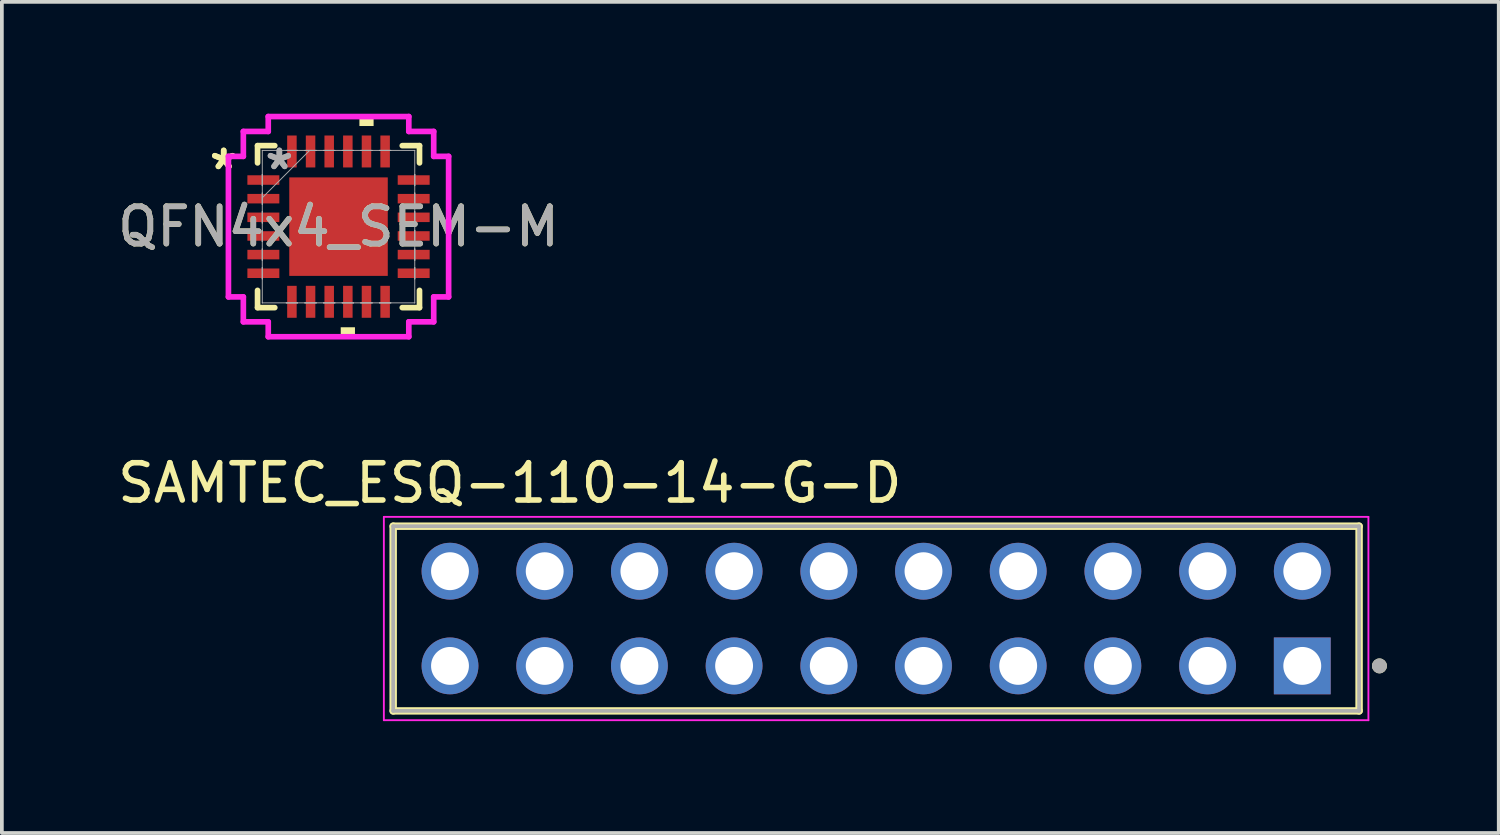
<source format=kicad_pcb>
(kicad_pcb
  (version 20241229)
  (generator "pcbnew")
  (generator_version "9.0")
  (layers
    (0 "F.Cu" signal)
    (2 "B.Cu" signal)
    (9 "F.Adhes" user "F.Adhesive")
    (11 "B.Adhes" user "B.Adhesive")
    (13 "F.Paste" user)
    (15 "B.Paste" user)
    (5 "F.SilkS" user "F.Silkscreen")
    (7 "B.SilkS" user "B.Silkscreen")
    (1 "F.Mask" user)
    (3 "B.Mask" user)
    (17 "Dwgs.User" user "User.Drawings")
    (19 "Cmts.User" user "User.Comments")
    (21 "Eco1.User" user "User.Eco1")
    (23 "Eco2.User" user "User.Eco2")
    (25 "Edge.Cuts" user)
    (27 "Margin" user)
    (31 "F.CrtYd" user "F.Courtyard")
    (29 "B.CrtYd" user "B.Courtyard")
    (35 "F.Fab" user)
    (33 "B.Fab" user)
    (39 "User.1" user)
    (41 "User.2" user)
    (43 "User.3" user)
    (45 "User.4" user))
  (footprint "SAMTEC_ESQ-110-14-G-D"
    (layer "F.Cu")
    (at 20.45 13.541)
    (property "Reference" "SAMTEC_ESQ-110-14-G-D" (at -9.825 -3.635 0) (layer "F.SilkS") (effects (font (size 1 1) (thickness 0.15))))
    (attr through_hole)
    (fp_line (start -12.954 -2.477) (end 12.954 -2.477) (stroke (width 0.2) (type solid)) (layer "F.SilkS"))
    (fp_line (start -12.954 2.477) (end -12.954 -2.477) (stroke (width 0.2) (type solid)) (layer "F.SilkS"))
    (fp_line (start 12.954 -2.477) (end 12.954 2.477) (stroke (width 0.2) (type solid)) (layer "F.SilkS"))
    (fp_line (start 12.954 2.477) (end -12.954 2.477) (stroke (width 0.2) (type solid)) (layer "F.SilkS"))
    (fp_circle (center 13.5 1.27) (end 13.6 1.27) (stroke (width 0.2) (type solid)) (fill no) (layer "F.SilkS"))
    (fp_line (start -13.204 -2.727) (end -13.204 2.727) (stroke (width 0.05) (type solid)) (layer "F.CrtYd"))
    (fp_line (start -13.204 2.727) (end 13.204 2.727) (stroke (width 0.05) (type solid)) (layer "F.CrtYd"))
    (fp_line (start 13.204 -2.727) (end -13.204 -2.727) (stroke (width 0.05) (type solid)) (layer "F.CrtYd"))
    (fp_line (start 13.204 2.727) (end 13.204 -2.727) (stroke (width 0.05) (type solid)) (layer "F.CrtYd"))
    (fp_line (start -12.954 -2.477) (end 12.954 -2.477) (stroke (width 0.1) (type solid)) (layer "F.Fab"))
    (fp_line (start -12.954 2.477) (end -12.954 -2.477) (stroke (width 0.1) (type solid)) (layer "F.Fab"))
    (fp_line (start 12.954 -2.477) (end 12.954 2.477) (stroke (width 0.1) (type solid)) (layer "F.Fab"))
    (fp_line (start 12.954 2.477) (end -12.954 2.477) (stroke (width 0.1) (type solid)) (layer "F.Fab"))
    (fp_circle (center 13.5 1.27) (end 13.6 1.27) (stroke (width 0.2) (type solid)) (fill no) (layer "F.Fab"))
    (pad "01" thru_hole rect (at 11.43 1.27) (size 1.524 1.524) (drill 1.016) (layers "*.Cu" "*.Mask"))
    (pad "02" thru_hole circle (at 11.43 -1.27) (size 1.524 1.524) (drill 1.016) (layers "*.Cu" "*.Mask"))
    (pad "03" thru_hole circle (at 8.89 1.27) (size 1.524 1.524) (drill 1.016) (layers "*.Cu" "*.Mask"))
    (pad "04" thru_hole circle (at 8.89 -1.27) (size 1.524 1.524) (drill 1.016) (layers "*.Cu" "*.Mask"))
    (pad "05" thru_hole circle (at 6.35 1.27) (size 1.524 1.524) (drill 1.016) (layers "*.Cu" "*.Mask"))
    (pad "06" thru_hole circle (at 6.35 -1.27) (size 1.524 1.524) (drill 1.016) (layers "*.Cu" "*.Mask"))
    (pad "07" thru_hole circle (at 3.81 1.27) (size 1.524 1.524) (drill 1.016) (layers "*.Cu" "*.Mask"))
    (pad "08" thru_hole circle (at 3.81 -1.27) (size 1.524 1.524) (drill 1.016) (layers "*.Cu" "*.Mask"))
    (pad "09" thru_hole circle (at 1.27 1.27) (size 1.524 1.524) (drill 1.016) (layers "*.Cu" "*.Mask"))
    (pad "10" thru_hole circle (at 1.27 -1.27) (size 1.524 1.524) (drill 1.016) (layers "*.Cu" "*.Mask"))
    (pad "11" thru_hole circle (at -1.27 1.27) (size 1.524 1.524) (drill 1.016) (layers "*.Cu" "*.Mask"))
    (pad "12" thru_hole circle (at -1.27 -1.27) (size 1.524 1.524) (drill 1.016) (layers "*.Cu" "*.Mask"))
    (pad "13" thru_hole circle (at -3.81 1.27) (size 1.524 1.524) (drill 1.016) (layers "*.Cu" "*.Mask"))
    (pad "14" thru_hole circle (at -3.81 -1.27) (size 1.524 1.524) (drill 1.016) (layers "*.Cu" "*.Mask"))
    (pad "15" thru_hole circle (at -6.35 1.27) (size 1.524 1.524) (drill 1.016) (layers "*.Cu" "*.Mask"))
    (pad "16" thru_hole circle (at -6.35 -1.27) (size 1.524 1.524) (drill 1.016) (layers "*.Cu" "*.Mask"))
    (pad "17" thru_hole circle (at -8.89 1.27) (size 1.524 1.524) (drill 1.016) (layers "*.Cu" "*.Mask"))
    (pad "18" thru_hole circle (at -8.89 -1.27) (size 1.524 1.524) (drill 1.016) (layers "*.Cu" "*.Mask"))
    (pad "19" thru_hole circle (at -11.43 1.27) (size 1.524 1.524) (drill 1.016) (layers "*.Cu" "*.Mask"))
    (pad "20" thru_hole circle (at -11.43 -1.27) (size 1.524 1.524) (drill 1.016) (layers "*.Cu" "*.Mask")))
  (footprint "QFN4x4_SEM-M"
    (layer "F.Cu")
    (at 6.03 3.029)
    (property "Reference" "QFN4x4_SEM-M" (at 0 0 0) (unlocked yes) (layer "F.SilkS") (effects (font (size 1 1) (thickness 0.15))))
    (attr smd)
    (fp_line (start -2.172 -2.172) (end -2.172 -1.71) (stroke (width 0.152) (type solid)) (layer "F.SilkS"))
    (fp_line (start -2.172 1.71) (end -2.172 2.172) (stroke (width 0.152) (type solid)) (layer "F.SilkS"))
    (fp_line (start -2.172 2.172) (end -1.71 2.172) (stroke (width 0.152) (type solid)) (layer "F.SilkS"))
    (fp_line (start -1.71 -2.172) (end -2.172 -2.172) (stroke (width 0.152) (type solid)) (layer "F.SilkS"))
    (fp_line (start 1.71 2.172) (end 2.172 2.172) (stroke (width 0.152) (type solid)) (layer "F.SilkS"))
    (fp_line (start 2.172 -2.172) (end 1.71 -2.172) (stroke (width 0.152) (type solid)) (layer "F.SilkS"))
    (fp_line (start 2.172 -1.71) (end 2.172 -2.172) (stroke (width 0.152) (type solid)) (layer "F.SilkS"))
    (fp_line (start 2.172 2.172) (end 2.172 1.71) (stroke (width 0.152) (type solid)) (layer "F.SilkS"))
    (fp_poly (pts (xy 0.059 2.699) (xy 0.059 2.953) (xy 0.441 2.953) (xy 0.441 2.699)) (stroke (width 0) (type solid)) (fill yes) (layer "F.SilkS"))
    (fp_poly (pts (xy 0.56 -2.699) (xy 0.56 -2.953) (xy 0.941 -2.953) (xy 0.941 -2.699)) (stroke (width 0) (type solid)) (fill yes) (layer "F.SilkS"))
    (fp_poly (pts (xy -1.221 -1.221) (xy -1.221 -0.1) (xy -0.1 -0.1) (xy -0.1 -1.221)) (stroke (width 0) (type solid)) (fill yes) (layer "F.Paste"))
    (fp_poly (pts (xy -1.221 0.1) (xy -1.221 1.221) (xy -0.1 1.221) (xy -0.1 0.1)) (stroke (width 0) (type solid)) (fill yes) (layer "F.Paste"))
    (fp_poly (pts (xy 0.1 -1.221) (xy 0.1 -0.1) (xy 1.221 -0.1) (xy 1.221 -1.221)) (stroke (width 0) (type solid)) (fill yes) (layer "F.Paste"))
    (fp_poly (pts (xy 0.1 0.1) (xy 0.1 1.221) (xy 1.221 1.221) (xy 1.221 0.1)) (stroke (width 0) (type solid)) (fill yes) (layer "F.Paste"))
    (fp_line (start -2.953 -1.885) (end -2.553 -1.885) (stroke (width 0.152) (type solid)) (layer "F.CrtYd"))
    (fp_line (start -2.953 1.885) (end -2.953 -1.885) (stroke (width 0.152) (type solid)) (layer "F.CrtYd"))
    (fp_line (start -2.553 -2.553) (end -1.885 -2.553) (stroke (width 0.152) (type solid)) (layer "F.CrtYd"))
    (fp_line (start -2.553 -1.885) (end -2.553 -2.553) (stroke (width 0.152) (type solid)) (layer "F.CrtYd"))
    (fp_line (start -2.553 1.885) (end -2.953 1.885) (stroke (width 0.152) (type solid)) (layer "F.CrtYd"))
    (fp_line (start -2.553 2.553) (end -2.553 1.885) (stroke (width 0.152) (type solid)) (layer "F.CrtYd"))
    (fp_line (start -1.885 -2.953) (end 1.885 -2.953) (stroke (width 0.152) (type solid)) (layer "F.CrtYd"))
    (fp_line (start -1.885 -2.553) (end -1.885 -2.953) (stroke (width 0.152) (type solid)) (layer "F.CrtYd"))
    (fp_line (start -1.885 2.553) (end -2.553 2.553) (stroke (width 0.152) (type solid)) (layer "F.CrtYd"))
    (fp_line (start -1.885 2.953) (end -1.885 2.553) (stroke (width 0.152) (type solid)) (layer "F.CrtYd"))
    (fp_line (start 1.885 -2.953) (end 1.885 -2.553) (stroke (width 0.152) (type solid)) (layer "F.CrtYd"))
    (fp_line (start 1.885 -2.553) (end 2.553 -2.553) (stroke (width 0.152) (type solid)) (layer "F.CrtYd"))
    (fp_line (start 1.885 2.553) (end 1.885 2.953) (stroke (width 0.152) (type solid)) (layer "F.CrtYd"))
    (fp_line (start 1.885 2.953) (end -1.885 2.953) (stroke (width 0.152) (type solid)) (layer "F.CrtYd"))
    (fp_line (start 2.553 -2.553) (end 2.553 -1.885) (stroke (width 0.152) (type solid)) (layer "F.CrtYd"))
    (fp_line (start 2.553 -1.885) (end 2.953 -1.885) (stroke (width 0.152) (type solid)) (layer "F.CrtYd"))
    (fp_line (start 2.553 1.885) (end 2.553 2.553) (stroke (width 0.152) (type solid)) (layer "F.CrtYd"))
    (fp_line (start 2.553 2.553) (end 1.885 2.553) (stroke (width 0.152) (type solid)) (layer "F.CrtYd"))
    (fp_line (start 2.953 -1.885) (end 2.953 1.885) (stroke (width 0.152) (type solid)) (layer "F.CrtYd"))
    (fp_line (start 2.953 1.885) (end 2.553 1.885) (stroke (width 0.152) (type solid)) (layer "F.CrtYd"))
    (fp_line (start -2.045 -2.045) (end -2.045 -2.045) (stroke (width 0.025) (type solid)) (layer "F.Fab"))
    (fp_line (start -2.045 -2.045) (end -2.045 2.045) (stroke (width 0.025) (type solid)) (layer "F.Fab"))
    (fp_line (start -2.045 -1.402) (end -2.045 -1.402) (stroke (width 0.025) (type solid)) (layer "F.Fab"))
    (fp_line (start -2.045 -1.402) (end -2.045 -1.098) (stroke (width 0.025) (type solid)) (layer "F.Fab"))
    (fp_line (start -2.045 -1.098) (end -2.045 -1.402) (stroke (width 0.025) (type solid)) (layer "F.Fab"))
    (fp_line (start -2.045 -1.098) (end -2.045 -1.098) (stroke (width 0.025) (type solid)) (layer "F.Fab"))
    (fp_line (start -2.045 -0.902) (end -2.045 -0.902) (stroke (width 0.025) (type solid)) (layer "F.Fab"))
    (fp_line (start -2.045 -0.902) (end -2.045 -0.598) (stroke (width 0.025) (type solid)) (layer "F.Fab"))
    (fp_line (start -2.045 -0.775) (end -0.775 -2.045) (stroke (width 0.025) (type solid)) (layer "F.Fab"))
    (fp_line (start -2.045 -0.598) (end -2.045 -0.902) (stroke (width 0.025) (type solid)) (layer "F.Fab"))
    (fp_line (start -2.045 -0.598) (end -2.045 -0.598) (stroke (width 0.025) (type solid)) (layer "F.Fab"))
    (fp_line (start -2.045 -0.402) (end -2.045 -0.402) (stroke (width 0.025) (type solid)) (layer "F.Fab"))
    (fp_line (start -2.045 -0.402) (end -2.045 -0.098) (stroke (width 0.025) (type solid)) (layer "F.Fab"))
    (fp_line (start -2.045 -0.098) (end -2.045 -0.402) (stroke (width 0.025) (type solid)) (layer "F.Fab"))
    (fp_line (start -2.045 -0.098) (end -2.045 -0.098) (stroke (width 0.025) (type solid)) (layer "F.Fab"))
    (fp_line (start -2.045 0.098) (end -2.045 0.098) (stroke (width 0.025) (type solid)) (layer "F.Fab"))
    (fp_line (start -2.045 0.098) (end -2.045 0.402) (stroke (width 0.025) (type solid)) (layer "F.Fab"))
    (fp_line (start -2.045 0.402) (end -2.045 0.098) (stroke (width 0.025) (type solid)) (layer "F.Fab"))
    (fp_line (start -2.045 0.402) (end -2.045 0.402) (stroke (width 0.025) (type solid)) (layer "F.Fab"))
    (fp_line (start -2.045 0.598) (end -2.045 0.598) (stroke (width 0.025) (type solid)) (layer "F.Fab"))
    (fp_line (start -2.045 0.598) (end -2.045 0.902) (stroke (width 0.025) (type solid)) (layer "F.Fab"))
    (fp_line (start -2.045 0.902) (end -2.045 0.598) (stroke (width 0.025) (type solid)) (layer "F.Fab"))
    (fp_line (start -2.045 0.902) (end -2.045 0.902) (stroke (width 0.025) (type solid)) (layer "F.Fab"))
    (fp_line (start -2.045 1.098) (end -2.045 1.098) (stroke (width 0.025) (type solid)) (layer "F.Fab"))
    (fp_line (start -2.045 1.098) (end -2.045 1.402) (stroke (width 0.025) (type solid)) (layer "F.Fab"))
    (fp_line (start -2.045 1.402) (end -2.045 1.098) (stroke (width 0.025) (type solid)) (layer "F.Fab"))
    (fp_line (start -2.045 1.402) (end -2.045 1.402) (stroke (width 0.025) (type solid)) (layer "F.Fab"))
    (fp_line (start -2.045 2.045) (end -2.045 2.045) (stroke (width 0.025) (type solid)) (layer "F.Fab"))
    (fp_line (start -2.045 2.045) (end 2.045 2.045) (stroke (width 0.025) (type solid)) (layer "F.Fab"))
    (fp_line (start -1.402 -2.045) (end -1.402 -2.045) (stroke (width 0.025) (type solid)) (layer "F.Fab"))
    (fp_line (start -1.402 -2.045) (end -1.098 -2.045) (stroke (width 0.025) (type solid)) (layer "F.Fab"))
    (fp_line (start -1.402 2.045) (end -1.402 2.045) (stroke (width 0.025) (type solid)) (layer "F.Fab"))
    (fp_line (start -1.402 2.045) (end -1.098 2.045) (stroke (width 0.025) (type solid)) (layer "F.Fab"))
    (fp_line (start -1.098 -2.045) (end -1.402 -2.045) (stroke (width 0.025) (type solid)) (layer "F.Fab"))
    (fp_line (start -1.098 -2.045) (end -1.098 -2.045) (stroke (width 0.025) (type solid)) (layer "F.Fab"))
    (fp_line (start -1.098 2.045) (end -1.402 2.045) (stroke (width 0.025) (type solid)) (layer "F.Fab"))
    (fp_line (start -1.098 2.045) (end -1.098 2.045) (stroke (width 0.025) (type solid)) (layer "F.Fab"))
    (fp_line (start -0.902 -2.045) (end -0.902 -2.045) (stroke (width 0.025) (type solid)) (layer "F.Fab"))
    (fp_line (start -0.902 -2.045) (end -0.598 -2.045) (stroke (width 0.025) (type solid)) (layer "F.Fab"))
    (fp_line (start -0.902 2.045) (end -0.902 2.045) (stroke (width 0.025) (type solid)) (layer "F.Fab"))
    (fp_line (start -0.902 2.045) (end -0.598 2.045) (stroke (width 0.025) (type solid)) (layer "F.Fab"))
    (fp_line (start -0.598 -2.045) (end -0.902 -2.045) (stroke (width 0.025) (type solid)) (layer "F.Fab"))
    (fp_line (start -0.598 -2.045) (end -0.598 -2.045) (stroke (width 0.025) (type solid)) (layer "F.Fab"))
    (fp_line (start -0.598 2.045) (end -0.902 2.045) (stroke (width 0.025) (type solid)) (layer "F.Fab"))
    (fp_line (start -0.598 2.045) (end -0.598 2.045) (stroke (width 0.025) (type solid)) (layer "F.Fab"))
    (fp_line (start -0.402 -2.045) (end -0.402 -2.045) (stroke (width 0.025) (type solid)) (layer "F.Fab"))
    (fp_line (start -0.402 -2.045) (end -0.098 -2.045) (stroke (width 0.025) (type solid)) (layer "F.Fab"))
    (fp_line (start -0.402 2.045) (end -0.402 2.045) (stroke (width 0.025) (type solid)) (layer "F.Fab"))
    (fp_line (start -0.402 2.045) (end -0.098 2.045) (stroke (width 0.025) (type solid)) (layer "F.Fab"))
    (fp_line (start -0.098 -2.045) (end -0.402 -2.045) (stroke (width 0.025) (type solid)) (layer "F.Fab"))
    (fp_line (start -0.098 -2.045) (end -0.098 -2.045) (stroke (width 0.025) (type solid)) (layer "F.Fab"))
    (fp_line (start -0.098 2.045) (end -0.402 2.045) (stroke (width 0.025) (type solid)) (layer "F.Fab"))
    (fp_line (start -0.098 2.045) (end -0.098 2.045) (stroke (width 0.025) (type solid)) (layer "F.Fab"))
    (fp_line (start 0.098 -2.045) (end 0.098 -2.045) (stroke (width 0.025) (type solid)) (layer "F.Fab"))
    (fp_line (start 0.098 -2.045) (end 0.402 -2.045) (stroke (width 0.025) (type solid)) (layer "F.Fab"))
    (fp_line (start 0.098 2.045) (end 0.098 2.045) (stroke (width 0.025) (type solid)) (layer "F.Fab"))
    (fp_line (start 0.098 2.045) (end 0.402 2.045) (stroke (width 0.025) (type solid)) (layer "F.Fab"))
    (fp_line (start 0.402 -2.045) (end 0.098 -2.045) (stroke (width 0.025) (type solid)) (layer "F.Fab"))
    (fp_line (start 0.402 -2.045) (end 0.402 -2.045) (stroke (width 0.025) (type solid)) (layer "F.Fab"))
    (fp_line (start 0.402 2.045) (end 0.098 2.045) (stroke (width 0.025) (type solid)) (layer "F.Fab"))
    (fp_line (start 0.402 2.045) (end 0.402 2.045) (stroke (width 0.025) (type solid)) (layer "F.Fab"))
    (fp_line (start 0.598 -2.045) (end 0.598 -2.045) (stroke (width 0.025) (type solid)) (layer "F.Fab"))
    (fp_line (start 0.598 -2.045) (end 0.902 -2.045) (stroke (width 0.025) (type solid)) (layer "F.Fab"))
    (fp_line (start 0.598 2.045) (end 0.598 2.045) (stroke (width 0.025) (type solid)) (layer "F.Fab"))
    (fp_line (start 0.598 2.045) (end 0.902 2.045) (stroke (width 0.025) (type solid)) (layer "F.Fab"))
    (fp_line (start 0.902 -2.045) (end 0.598 -2.045) (stroke (width 0.025) (type solid)) (layer "F.Fab"))
    (fp_line (start 0.902 -2.045) (end 0.902 -2.045) (stroke (width 0.025) (type solid)) (layer "F.Fab"))
    (fp_line (start 0.902 2.045) (end 0.598 2.045) (stroke (width 0.025) (type solid)) (layer "F.Fab"))
    (fp_line (start 0.902 2.045) (end 0.902 2.045) (stroke (width 0.025) (type solid)) (layer "F.Fab"))
    (fp_line (start 1.098 -2.045) (end 1.098 -2.045) (stroke (width 0.025) (type solid)) (layer "F.Fab"))
    (fp_line (start 1.098 -2.045) (end 1.402 -2.045) (stroke (width 0.025) (type solid)) (layer "F.Fab"))
    (fp_line (start 1.098 2.045) (end 1.098 2.045) (stroke (width 0.025) (type solid)) (layer "F.Fab"))
    (fp_line (start 1.098 2.045) (end 1.402 2.045) (stroke (width 0.025) (type solid)) (layer "F.Fab"))
    (fp_line (start 1.402 -2.045) (end 1.098 -2.045) (stroke (width 0.025) (type solid)) (layer "F.Fab"))
    (fp_line (start 1.402 -2.045) (end 1.402 -2.045) (stroke (width 0.025) (type solid)) (layer "F.Fab"))
    (fp_line (start 1.402 2.045) (end 1.098 2.045) (stroke (width 0.025) (type solid)) (layer "F.Fab"))
    (fp_line (start 1.402 2.045) (end 1.402 2.045) (stroke (width 0.025) (type solid)) (layer "F.Fab"))
    (fp_line (start 2.045 -2.045) (end -2.045 -2.045) (stroke (width 0.025) (type solid)) (layer "F.Fab"))
    (fp_line (start 2.045 -2.045) (end 2.045 -2.045) (stroke (width 0.025) (type solid)) (layer "F.Fab"))
    (fp_line (start 2.045 -1.402) (end 2.045 -1.402) (stroke (width 0.025) (type solid)) (layer "F.Fab"))
    (fp_line (start 2.045 -1.402) (end 2.045 -1.098) (stroke (width 0.025) (type solid)) (layer "F.Fab"))
    (fp_line (start 2.045 -1.098) (end 2.045 -1.402) (stroke (width 0.025) (type solid)) (layer "F.Fab"))
    (fp_line (start 2.045 -1.098) (end 2.045 -1.098) (stroke (width 0.025) (type solid)) (layer "F.Fab"))
    (fp_line (start 2.045 -0.902) (end 2.045 -0.902) (stroke (width 0.025) (type solid)) (layer "F.Fab"))
    (fp_line (start 2.045 -0.902) (end 2.045 -0.598) (stroke (width 0.025) (type solid)) (layer "F.Fab"))
    (fp_line (start 2.045 -0.598) (end 2.045 -0.902) (stroke (width 0.025) (type solid)) (layer "F.Fab"))
    (fp_line (start 2.045 -0.598) (end 2.045 -0.598) (stroke (width 0.025) (type solid)) (layer "F.Fab"))
    (fp_line (start 2.045 -0.402) (end 2.045 -0.402) (stroke (width 0.025) (type solid)) (layer "F.Fab"))
    (fp_line (start 2.045 -0.402) (end 2.045 -0.098) (stroke (width 0.025) (type solid)) (layer "F.Fab"))
    (fp_line (start 2.045 -0.098) (end 2.045 -0.402) (stroke (width 0.025) (type solid)) (layer "F.Fab"))
    (fp_line (start 2.045 -0.098) (end 2.045 -0.098) (stroke (width 0.025) (type solid)) (layer "F.Fab"))
    (fp_line (start 2.045 0.098) (end 2.045 0.098) (stroke (width 0.025) (type solid)) (layer "F.Fab"))
    (fp_line (start 2.045 0.098) (end 2.045 0.402) (stroke (width 0.025) (type solid)) (layer "F.Fab"))
    (fp_line (start 2.045 0.402) (end 2.045 0.098) (stroke (width 0.025) (type solid)) (layer "F.Fab"))
    (fp_line (start 2.045 0.402) (end 2.045 0.402) (stroke (width 0.025) (type solid)) (layer "F.Fab"))
    (fp_line (start 2.045 0.598) (end 2.045 0.598) (stroke (width 0.025) (type solid)) (layer "F.Fab"))
    (fp_line (start 2.045 0.598) (end 2.045 0.902) (stroke (width 0.025) (type solid)) (layer "F.Fab"))
    (fp_line (start 2.045 0.902) (end 2.045 0.598) (stroke (width 0.025) (type solid)) (layer "F.Fab"))
    (fp_line (start 2.045 0.902) (end 2.045 0.902) (stroke (width 0.025) (type solid)) (layer "F.Fab"))
    (fp_line (start 2.045 1.098) (end 2.045 1.098) (stroke (width 0.025) (type solid)) (layer "F.Fab"))
    (fp_line (start 2.045 1.098) (end 2.045 1.402) (stroke (width 0.025) (type solid)) (layer "F.Fab"))
    (fp_line (start 2.045 1.402) (end 2.045 1.098) (stroke (width 0.025) (type solid)) (layer "F.Fab"))
    (fp_line (start 2.045 1.402) (end 2.045 1.402) (stroke (width 0.025) (type solid)) (layer "F.Fab"))
    (fp_line (start 2.045 2.045) (end 2.045 -2.045) (stroke (width 0.025) (type solid)) (layer "F.Fab"))
    (fp_line (start 2.045 2.045) (end 2.045 2.045) (stroke (width 0.025) (type solid)) (layer "F.Fab"))
    (fp_text user "*" (at -3.08 -1.5 0) (layer "F.SilkS") (effects (font (size 1 1) (thickness 0.15))))
    (fp_text user "*" (at -3.08 -1.5 0) (unlocked yes) (layer "F.SilkS") (effects (font (size 1 1) (thickness 0.15))))
    (fp_text user "*" (at -1.587 -1.5 0) (layer "F.Fab") (effects (font (size 1 1) (thickness 0.15))))
    (fp_text user "${REFERENCE}" (at 0 0 0) (unlocked yes) (layer "F.Fab") (effects (font (size 1 1) (thickness 0.15))))
    (fp_text user "*" (at -1.587 -1.5 0) (unlocked yes) (layer "F.Fab") (effects (font (size 1 1) (thickness 0.15))))
    (pad "1" smd rect (at -2.016 -1.25 90) (size 0.255 0.857) (layers "F.Cu" "F.Mask" "F.Paste"))
    (pad "2" smd rect (at -2.016 -0.75 90) (size 0.255 0.857) (layers "F.Cu" "F.Mask" "F.Paste"))
    (pad "3" smd rect (at -2.016 -0.25 90) (size 0.255 0.857) (layers "F.Cu" "F.Mask" "F.Paste"))
    (pad "4" smd rect (at -2.016 0.25 90) (size 0.255 0.857) (layers "F.Cu" "F.Mask" "F.Paste"))
    (pad "5" smd rect (at -2.016 0.75 90) (size 0.255 0.857) (layers "F.Cu" "F.Mask" "F.Paste"))
    (pad "6" smd rect (at -2.016 1.25 90) (size 0.255 0.857) (layers "F.Cu" "F.Mask" "F.Paste"))
    (pad "7" smd rect (at -1.25 2.016) (size 0.255 0.857) (layers "F.Cu" "F.Mask" "F.Paste"))
    (pad "8" smd rect (at -0.75 2.016) (size 0.255 0.857) (layers "F.Cu" "F.Mask" "F.Paste"))
    (pad "9" smd rect (at -0.25 2.016) (size 0.255 0.857) (layers "F.Cu" "F.Mask" "F.Paste"))
    (pad "10" smd rect (at 0.25 2.016) (size 0.255 0.857) (layers "F.Cu" "F.Mask" "F.Paste"))
    (pad "11" smd rect (at 0.75 2.016) (size 0.255 0.857) (layers "F.Cu" "F.Mask" "F.Paste"))
    (pad "12" smd rect (at 1.25 2.016) (size 0.255 0.857) (layers "F.Cu" "F.Mask" "F.Paste"))
    (pad "13" smd rect (at 2.016 1.25 90) (size 0.255 0.857) (layers "F.Cu" "F.Mask" "F.Paste"))
    (pad "14" smd rect (at 2.016 0.75 90) (size 0.255 0.857) (layers "F.Cu" "F.Mask" "F.Paste"))
    (pad "15" smd rect (at 2.016 0.25 90) (size 0.255 0.857) (layers "F.Cu" "F.Mask" "F.Paste"))
    (pad "16" smd rect (at 2.016 -0.25 90) (size 0.255 0.857) (layers "F.Cu" "F.Mask" "F.Paste"))
    (pad "17" smd rect (at 2.016 -0.75 90) (size 0.255 0.857) (layers "F.Cu" "F.Mask" "F.Paste"))
    (pad "18" smd rect (at 2.016 -1.25 90) (size 0.255 0.857) (layers "F.Cu" "F.Mask" "F.Paste"))
    (pad "19" smd rect (at 1.25 -2.016) (size 0.255 0.857) (layers "F.Cu" "F.Mask" "F.Paste"))
    (pad "20" smd rect (at 0.75 -2.016) (size 0.255 0.857) (layers "F.Cu" "F.Mask" "F.Paste"))
    (pad "21" smd rect (at 0.25 -2.016) (size 0.255 0.857) (layers "F.Cu" "F.Mask" "F.Paste"))
    (pad "22" smd rect (at -0.25 -2.016) (size 0.255 0.857) (layers "F.Cu" "F.Mask" "F.Paste"))
    (pad "23" smd rect (at -0.75 -2.016) (size 0.255 0.857) (layers "F.Cu" "F.Mask" "F.Paste"))
    (pad "24" smd rect (at -1.25 -2.016) (size 0.255 0.857) (layers "F.Cu" "F.Mask" "F.Paste"))
    (pad "25" smd rect (at 0 0) (size 2.642 2.642) (layers "F.Cu" "F.Mask" "F.Paste")))
  (gr_rect
    (start -3 -3)
    (end 37.15 19.293)
    (stroke (width 0.1) (type default))
    (fill no)
    (layer "Edge.Cuts")))
</source>
